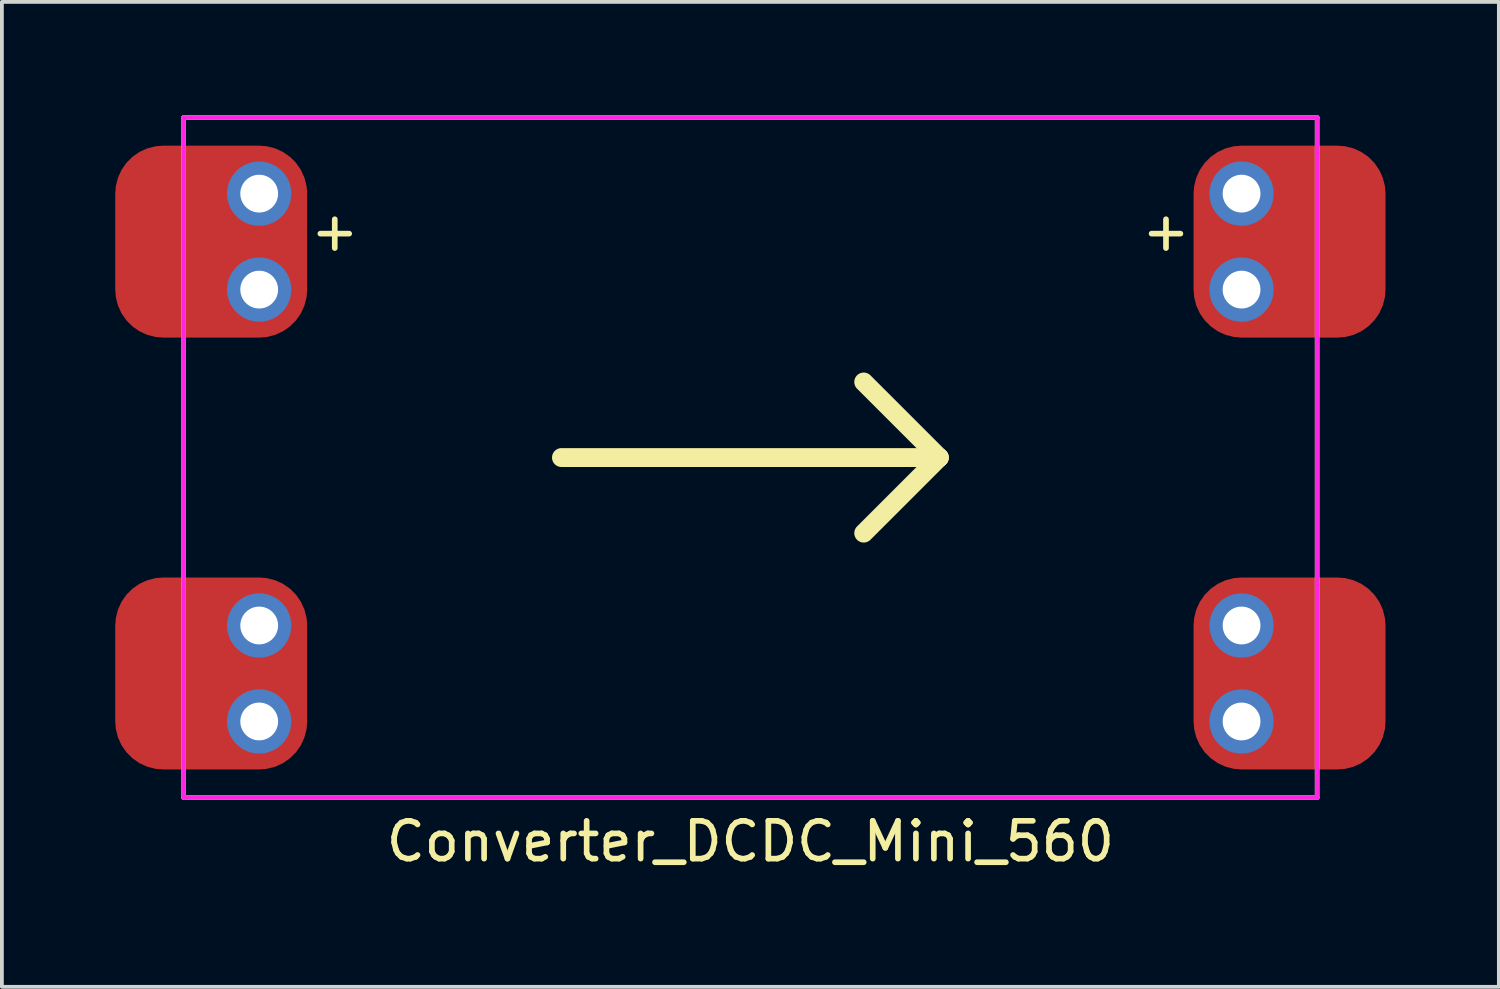
<source format=kicad_pcb>
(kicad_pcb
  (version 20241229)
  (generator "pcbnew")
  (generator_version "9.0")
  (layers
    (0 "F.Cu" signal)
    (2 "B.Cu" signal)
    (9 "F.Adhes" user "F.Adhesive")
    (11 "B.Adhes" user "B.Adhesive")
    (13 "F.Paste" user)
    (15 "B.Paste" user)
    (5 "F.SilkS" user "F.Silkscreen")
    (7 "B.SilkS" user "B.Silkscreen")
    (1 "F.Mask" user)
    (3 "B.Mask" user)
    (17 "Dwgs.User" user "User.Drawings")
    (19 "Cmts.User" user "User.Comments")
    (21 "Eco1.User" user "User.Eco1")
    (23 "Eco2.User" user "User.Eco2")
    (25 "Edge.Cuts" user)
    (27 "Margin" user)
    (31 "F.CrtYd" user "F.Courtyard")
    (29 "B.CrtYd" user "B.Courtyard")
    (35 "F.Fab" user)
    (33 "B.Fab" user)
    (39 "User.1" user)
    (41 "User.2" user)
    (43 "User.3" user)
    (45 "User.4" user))
  (footprint "Converter_DCDC_Mini_560"
    (layer "F.Cu")
    (at 16.81 9.06)
    (property "Reference" "Converter_DCDC_Mini_560" (at 0 10.16 0) (layer "F.SilkS") (effects (font (size 1 1) (thickness 0.15))))
    (attr through_hole)
    (fp_line (start -15 -9) (end -15 9) (stroke (width 0.12) (type solid)) (layer "F.SilkS"))
    (fp_line (start -15 9) (end 15 9) (stroke (width 0.12) (type solid)) (layer "F.SilkS"))
    (fp_line (start -5 0) (end 5 0) (stroke (width 0.5) (type solid)) (layer "F.SilkS"))
    (fp_line (start 5 0) (end 3 -2) (stroke (width 0.5) (type solid)) (layer "F.SilkS"))
    (fp_line (start 5 0) (end 3 2) (stroke (width 0.5) (type solid)) (layer "F.SilkS"))
    (fp_line (start 15 -9) (end -15 -9) (stroke (width 0.12) (type solid)) (layer "F.SilkS"))
    (fp_line (start 15 9) (end 15 -9) (stroke (width 0.12) (type solid)) (layer "F.SilkS"))
    (fp_line (start -15 -9) (end -15 9) (stroke (width 0.12) (type solid)) (layer "F.CrtYd"))
    (fp_line (start -15 9) (end 15 9) (stroke (width 0.12) (type solid)) (layer "F.CrtYd"))
    (fp_line (start 15 -9) (end -15 -9) (stroke (width 0.12) (type solid)) (layer "F.CrtYd"))
    (fp_line (start 15 9) (end 15 -9) (stroke (width 0.12) (type solid)) (layer "F.CrtYd"))
    (fp_text user "+" (at -11 -6 0) (layer "F.SilkS") (effects (font (size 1 1) (thickness 0.15))))
    (fp_text user "+" (at 11 -6 0) (layer "F.SilkS") (effects (font (size 1 1) (thickness 0.15))))
    (pad "1" smd roundrect (at -14.27 -5.715) (size 5.08 5.08) (layers "F.Cu" "F.Mask" "F.Paste") (roundrect_rratio 0.25))
    (pad "1" thru_hole circle (at -13 -6.985) (size 1.7 1.7) (drill 1) (layers "*.Cu" "*.Mask"))
    (pad "1" thru_hole circle (at -13 -4.445) (size 1.7 1.7) (drill 1) (layers "*.Cu" "*.Mask"))
    (pad "2" smd roundrect (at -14.27 5.715) (size 5.08 5.08) (layers "F.Cu" "F.Mask" "F.Paste") (roundrect_rratio 0.25))
    (pad "2" thru_hole circle (at -13 4.445) (size 1.7 1.7) (drill 1) (layers "*.Cu" "*.Mask"))
    (pad "2" thru_hole circle (at -13 6.985) (size 1.7 1.7) (drill 1) (layers "*.Cu" "*.Mask"))
    (pad "2" thru_hole circle (at 13 4.445) (size 1.7 1.7) (drill 1) (layers "*.Cu" "*.Mask"))
    (pad "2" thru_hole circle (at 13 6.985) (size 1.7 1.7) (drill 1) (layers "*.Cu" "*.Mask"))
    (pad "2" smd roundrect (at 14.27 5.715) (size 5.08 5.08) (layers "F.Cu" "F.Mask" "F.Paste") (roundrect_rratio 0.25))
    (pad "3" thru_hole circle (at 13 -6.985) (size 1.7 1.7) (drill 1) (layers "*.Cu" "*.Mask"))
    (pad "3" thru_hole circle (at 13 -4.445) (size 1.7 1.7) (drill 1) (layers "*.Cu" "*.Mask"))
    (pad "3" smd roundrect (at 14.27 -5.715) (size 5.08 5.08) (layers "F.Cu" "F.Mask" "F.Paste") (roundrect_rratio 0.25)))
  (gr_rect
    (start -3 -3)
    (end 36.62 23.068)
    (stroke (width 0.1) (type default))
    (fill no)
    (layer "Edge.Cuts")))
</source>
